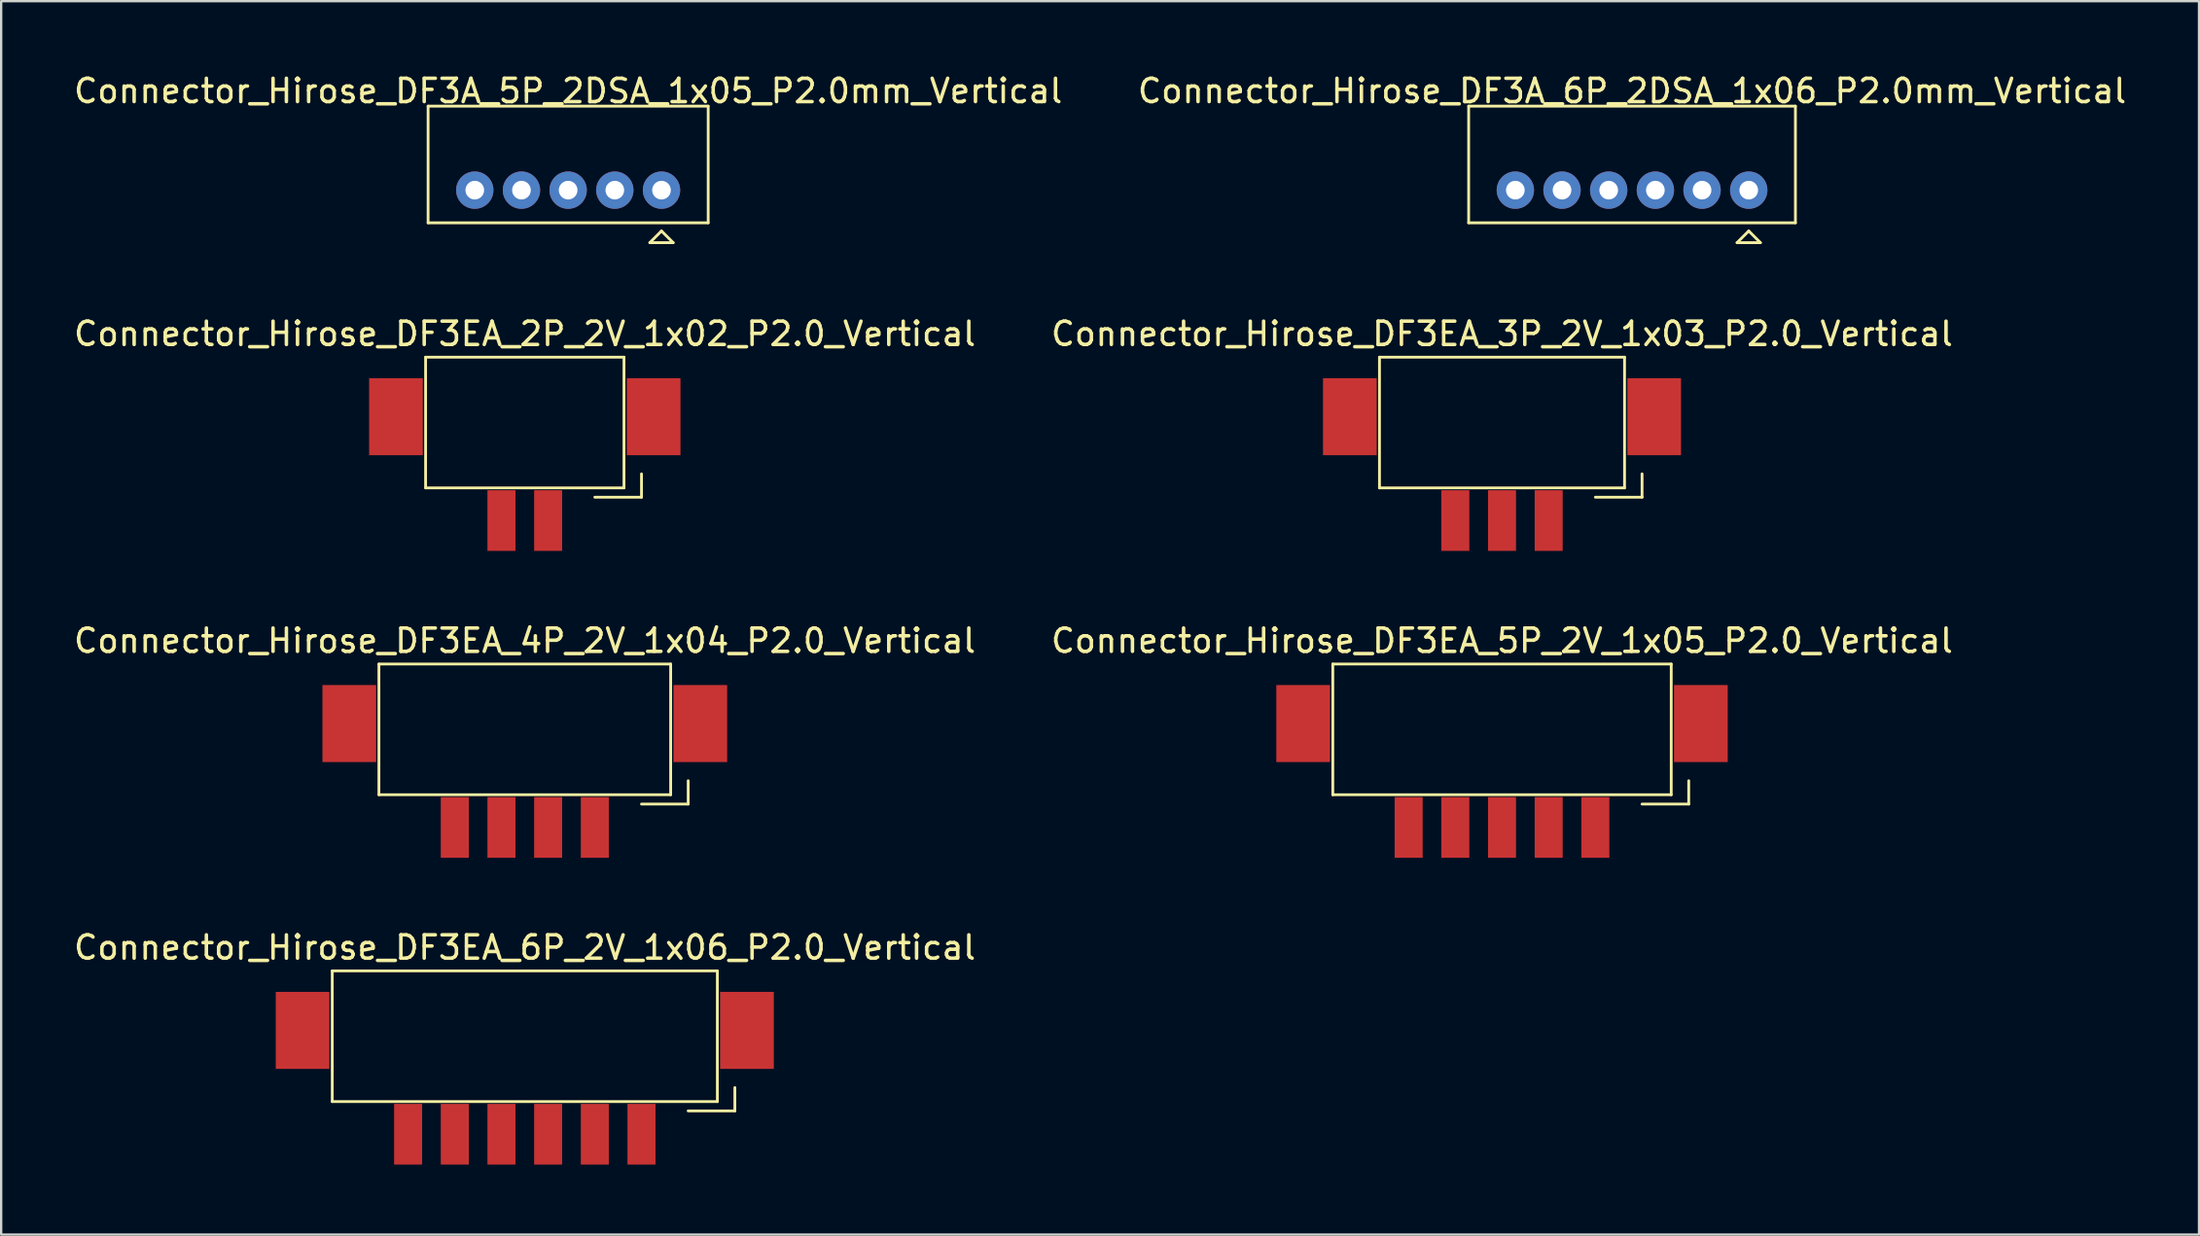
<source format=kicad_pcb>
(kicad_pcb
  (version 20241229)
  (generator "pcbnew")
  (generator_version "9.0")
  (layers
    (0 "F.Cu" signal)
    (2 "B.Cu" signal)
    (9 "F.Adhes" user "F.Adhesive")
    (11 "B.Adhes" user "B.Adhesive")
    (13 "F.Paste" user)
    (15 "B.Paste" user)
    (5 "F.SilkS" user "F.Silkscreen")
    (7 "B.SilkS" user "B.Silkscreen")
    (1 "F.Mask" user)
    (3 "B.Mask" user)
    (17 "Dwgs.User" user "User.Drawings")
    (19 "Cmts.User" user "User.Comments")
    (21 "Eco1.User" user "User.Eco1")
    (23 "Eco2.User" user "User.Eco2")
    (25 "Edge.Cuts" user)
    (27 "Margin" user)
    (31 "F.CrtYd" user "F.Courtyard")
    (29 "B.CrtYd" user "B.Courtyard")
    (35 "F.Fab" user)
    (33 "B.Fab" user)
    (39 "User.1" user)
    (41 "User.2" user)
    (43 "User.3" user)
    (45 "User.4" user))
  (footprint "Connector_Hirose_DF3EA_6P_2V_1x06_P2.0_Vertical"
    (layer "F.Cu")
    (at 19.435 45.553)
    (property "Reference" "Connector_Hirose_DF3EA_6P_2V_1x06_P2.0_Vertical" (at 0 -8 0) (layer "F.SilkS") (effects (font (size 1 1) (thickness 0.15))))
    (attr through_hole)
    (fp_line (start -8.25 -7) (end -8.25 -1.4) (stroke (width 0.12) (type solid)) (layer "F.SilkS"))
    (fp_line (start -8.25 -7) (end 8.25 -7) (stroke (width 0.12) (type solid)) (layer "F.SilkS"))
    (fp_line (start -8.25 -1.4) (end 8.25 -1.4) (stroke (width 0.12) (type solid)) (layer "F.SilkS"))
    (fp_line (start 7 -1) (end 9 -1) (stroke (width 0.12) (type solid)) (layer "F.SilkS"))
    (fp_line (start 8.25 -7) (end 8.25 -1.4) (stroke (width 0.12) (type solid)) (layer "F.SilkS"))
    (fp_line (start 9 -1) (end 9 -2) (stroke (width 0.12) (type solid)) (layer "F.SilkS"))
    (pad "1" smd rect (at 5 0) (size 1.2 2.6) (layers "F.Cu" "F.Mask" "F.Paste"))
    (pad "2" smd rect (at 3 0) (size 1.2 2.6) (layers "F.Cu" "F.Mask" "F.Paste"))
    (pad "3" smd rect (at 1 0) (size 1.2 2.6) (layers "F.Cu" "F.Mask" "F.Paste"))
    (pad "4" smd rect (at -1 0) (size 1.2 2.6) (layers "F.Cu" "F.Mask" "F.Paste"))
    (pad "5" smd rect (at -3 0) (size 1.2 2.6) (layers "F.Cu" "F.Mask" "F.Paste"))
    (pad "6" smd rect (at -5 0) (size 1.2 2.6) (layers "F.Cu" "F.Mask" "F.Paste"))
    (pad "MP" smd rect (at -9.52 -4.45) (size 2.3 3.3) (layers "F.Cu" "F.Mask" "F.Paste"))
    (pad "MP" smd rect (at 9.52 -4.45) (size 2.3 3.3) (layers "F.Cu" "F.Mask" "F.Paste")))
  (footprint "Connector_Hirose_DF3EA_2P_2V_1x02_P2.0_Vertical"
    (layer "F.Cu")
    (at 19.435 19.256)
    (property "Reference" "Connector_Hirose_DF3EA_2P_2V_1x02_P2.0_Vertical" (at 0 -8 0) (layer "F.SilkS") (effects (font (size 1 1) (thickness 0.15))))
    (attr through_hole)
    (fp_line (start -4.25 -7) (end -4.25 -1.4) (stroke (width 0.12) (type solid)) (layer "F.SilkS"))
    (fp_line (start -4.25 -7) (end 4.25 -7) (stroke (width 0.12) (type solid)) (layer "F.SilkS"))
    (fp_line (start -4.25 -1.4) (end 4.25 -1.4) (stroke (width 0.12) (type solid)) (layer "F.SilkS"))
    (fp_line (start 3 -1) (end 5 -1) (stroke (width 0.12) (type solid)) (layer "F.SilkS"))
    (fp_line (start 4.25 -7) (end 4.25 -1.4) (stroke (width 0.12) (type solid)) (layer "F.SilkS"))
    (fp_line (start 5 -1) (end 5 -2) (stroke (width 0.12) (type solid)) (layer "F.SilkS"))
    (pad "1" smd rect (at 1 0) (size 1.2 2.6) (layers "F.Cu" "F.Mask" "F.Paste"))
    (pad "2" smd rect (at -1 0) (size 1.2 2.6) (layers "F.Cu" "F.Mask" "F.Paste"))
    (pad "MP" smd rect (at -5.52 -4.45) (size 2.3 3.3) (layers "F.Cu" "F.Mask" "F.Paste"))
    (pad "MP" smd rect (at 5.52 -4.45) (size 2.3 3.3) (layers "F.Cu" "F.Mask" "F.Paste")))
  (footprint "Connector_Hirose_DF3EA_3P_2V_1x03_P2.0_Vertical"
    (layer "F.Cu")
    (at 61.304 19.256)
    (property "Reference" "Connector_Hirose_DF3EA_3P_2V_1x03_P2.0_Vertical" (at 0 -8 0) (layer "F.SilkS") (effects (font (size 1 1) (thickness 0.15))))
    (attr through_hole)
    (fp_line (start -5.25 -7) (end -5.25 -1.4) (stroke (width 0.12) (type solid)) (layer "F.SilkS"))
    (fp_line (start -5.25 -7) (end 5.25 -7) (stroke (width 0.12) (type solid)) (layer "F.SilkS"))
    (fp_line (start -5.25 -1.4) (end 5.25 -1.4) (stroke (width 0.12) (type solid)) (layer "F.SilkS"))
    (fp_line (start 4 -1) (end 6 -1) (stroke (width 0.12) (type solid)) (layer "F.SilkS"))
    (fp_line (start 5.25 -7) (end 5.25 -1.4) (stroke (width 0.12) (type solid)) (layer "F.SilkS"))
    (fp_line (start 6 -1) (end 6 -2) (stroke (width 0.12) (type solid)) (layer "F.SilkS"))
    (pad "1" smd rect (at 2 0) (size 1.2 2.6) (layers "F.Cu" "F.Mask" "F.Paste"))
    (pad "2" smd rect (at 0 0) (size 1.2 2.6) (layers "F.Cu" "F.Mask" "F.Paste"))
    (pad "3" smd rect (at -2 0) (size 1.2 2.6) (layers "F.Cu" "F.Mask" "F.Paste"))
    (pad "MP" smd rect (at -6.52 -4.45) (size 2.3 3.3) (layers "F.Cu" "F.Mask" "F.Paste"))
    (pad "MP" smd rect (at 6.52 -4.45) (size 2.3 3.3) (layers "F.Cu" "F.Mask" "F.Paste")))
  (footprint "Connector_Hirose_DF3EA_5P_2V_1x05_P2.0_Vertical"
    (layer "F.Cu")
    (at 61.304 32.405)
    (property "Reference" "Connector_Hirose_DF3EA_5P_2V_1x05_P2.0_Vertical" (at 0 -8 0) (layer "F.SilkS") (effects (font (size 1 1) (thickness 0.15))))
    (attr through_hole)
    (fp_line (start -7.25 -7) (end -7.25 -1.4) (stroke (width 0.12) (type solid)) (layer "F.SilkS"))
    (fp_line (start -7.25 -7) (end 7.25 -7) (stroke (width 0.12) (type solid)) (layer "F.SilkS"))
    (fp_line (start -7.25 -1.4) (end 7.25 -1.4) (stroke (width 0.12) (type solid)) (layer "F.SilkS"))
    (fp_line (start 6 -1) (end 8 -1) (stroke (width 0.12) (type solid)) (layer "F.SilkS"))
    (fp_line (start 7.25 -7) (end 7.25 -1.4) (stroke (width 0.12) (type solid)) (layer "F.SilkS"))
    (fp_line (start 8 -1) (end 8 -2) (stroke (width 0.12) (type solid)) (layer "F.SilkS"))
    (pad "1" smd rect (at 4 0) (size 1.2 2.6) (layers "F.Cu" "F.Mask" "F.Paste"))
    (pad "2" smd rect (at 2 0) (size 1.2 2.6) (layers "F.Cu" "F.Mask" "F.Paste"))
    (pad "3" smd rect (at 0 0) (size 1.2 2.6) (layers "F.Cu" "F.Mask" "F.Paste"))
    (pad "4" smd rect (at -2 0) (size 1.2 2.6) (layers "F.Cu" "F.Mask" "F.Paste"))
    (pad "5" smd rect (at -4 0) (size 1.2 2.6) (layers "F.Cu" "F.Mask" "F.Paste"))
    (pad "MP" smd rect (at -8.52 -4.45) (size 2.3 3.3) (layers "F.Cu" "F.Mask" "F.Paste"))
    (pad "MP" smd rect (at 8.52 -4.45) (size 2.3 3.3) (layers "F.Cu" "F.Mask" "F.Paste")))
  (footprint "Connector_Hirose_DF3EA_4P_2V_1x04_P2.0_Vertical"
    (layer "F.Cu")
    (at 19.435 32.405)
    (property "Reference" "Connector_Hirose_DF3EA_4P_2V_1x04_P2.0_Vertical" (at 0 -8 0) (layer "F.SilkS") (effects (font (size 1 1) (thickness 0.15))))
    (attr through_hole)
    (fp_line (start -6.25 -7) (end -6.25 -1.4) (stroke (width 0.12) (type solid)) (layer "F.SilkS"))
    (fp_line (start -6.25 -7) (end 6.25 -7) (stroke (width 0.12) (type solid)) (layer "F.SilkS"))
    (fp_line (start -6.25 -1.4) (end 6.25 -1.4) (stroke (width 0.12) (type solid)) (layer "F.SilkS"))
    (fp_line (start 5 -1) (end 7 -1) (stroke (width 0.12) (type solid)) (layer "F.SilkS"))
    (fp_line (start 6.25 -7) (end 6.25 -1.4) (stroke (width 0.12) (type solid)) (layer "F.SilkS"))
    (fp_line (start 7 -1) (end 7 -2) (stroke (width 0.12) (type solid)) (layer "F.SilkS"))
    (pad "1" smd rect (at 3 0) (size 1.2 2.6) (layers "F.Cu" "F.Mask" "F.Paste"))
    (pad "2" smd rect (at 1 0) (size 1.2 2.6) (layers "F.Cu" "F.Mask" "F.Paste"))
    (pad "3" smd rect (at -1 0) (size 1.2 2.6) (layers "F.Cu" "F.Mask" "F.Paste"))
    (pad "4" smd rect (at -3 0) (size 1.2 2.6) (layers "F.Cu" "F.Mask" "F.Paste"))
    (pad "MP" smd rect (at -7.52 -4.45) (size 2.3 3.3) (layers "F.Cu" "F.Mask" "F.Paste"))
    (pad "MP" smd rect (at 7.52 -4.45) (size 2.3 3.3) (layers "F.Cu" "F.Mask" "F.Paste")))
  (footprint "Connector_Hirose_DF3A_5P_2DSA_1x05_P2.0mm_Vertical"
    (layer "F.Cu")
    (at 21.292 5.098)
    (property "Reference" "Connector_Hirose_DF3A_5P_2DSA_1x05_P2.0mm_Vertical" (at 0 -4.25 0) (layer "F.SilkS") (effects (font (size 1 1) (thickness 0.15))))
    (attr through_hole)
    (fp_line (start -6 -3.6) (end -6 1.4) (stroke (width 0.12) (type solid)) (layer "F.SilkS"))
    (fp_line (start -6 -3.6) (end 6 -3.6) (stroke (width 0.12) (type solid)) (layer "F.SilkS"))
    (fp_line (start -6 1.4) (end 6 1.4) (stroke (width 0.12) (type solid)) (layer "F.SilkS"))
    (fp_line (start 3.5 2.25) (end 4.5 2.25) (stroke (width 0.12) (type solid)) (layer "F.SilkS"))
    (fp_line (start 4 1.75) (end 3.5 2.25) (stroke (width 0.12) (type solid)) (layer "F.SilkS"))
    (fp_line (start 4.5 2.25) (end 4 1.75) (stroke (width 0.12) (type solid)) (layer "F.SilkS"))
    (fp_line (start 6 -3.6) (end 6 1.4) (stroke (width 0.12) (type solid)) (layer "F.SilkS"))
    (pad "1" thru_hole circle (at 4 0) (size 1.6 1.6) (drill 0.8) (layers "*.Cu" "*.Mask"))
    (pad "2" thru_hole circle (at 2 0) (size 1.6 1.6) (drill 0.8) (layers "*.Cu" "*.Mask"))
    (pad "3" thru_hole circle (at 0 0) (size 1.6 1.6) (drill 0.8) (layers "*.Cu" "*.Mask"))
    (pad "4" thru_hole circle (at -2 0) (size 1.6 1.6) (drill 0.8) (layers "*.Cu" "*.Mask"))
    (pad "5" thru_hole circle (at -4 0) (size 1.6 1.6) (drill 0.8) (layers "*.Cu" "*.Mask")))
  (footprint "Connector_Hirose_DF3A_6P_2DSA_1x06_P2.0mm_Vertical"
    (layer "F.Cu")
    (at 66.875 5.098)
    (property "Reference" "Connector_Hirose_DF3A_6P_2DSA_1x06_P2.0mm_Vertical" (at 0 -4.25 0) (layer "F.SilkS") (effects (font (size 1 1) (thickness 0.15))))
    (attr through_hole)
    (fp_line (start -7 -3.6) (end -7 1.4) (stroke (width 0.12) (type solid)) (layer "F.SilkS"))
    (fp_line (start -7 -3.6) (end 7 -3.6) (stroke (width 0.12) (type solid)) (layer "F.SilkS"))
    (fp_line (start -7 1.4) (end 7 1.4) (stroke (width 0.12) (type solid)) (layer "F.SilkS"))
    (fp_line (start 4.5 2.25) (end 5.5 2.25) (stroke (width 0.12) (type solid)) (layer "F.SilkS"))
    (fp_line (start 5 1.75) (end 4.5 2.25) (stroke (width 0.12) (type solid)) (layer "F.SilkS"))
    (fp_line (start 5.5 2.25) (end 5 1.75) (stroke (width 0.12) (type solid)) (layer "F.SilkS"))
    (fp_line (start 7 -3.6) (end 7 1.4) (stroke (width 0.12) (type solid)) (layer "F.SilkS"))
    (pad "1" thru_hole circle (at 5 0) (size 1.6 1.6) (drill 0.8) (layers "*.Cu" "*.Mask"))
    (pad "2" thru_hole circle (at 3 0) (size 1.6 1.6) (drill 0.8) (layers "*.Cu" "*.Mask"))
    (pad "3" thru_hole circle (at 1 0) (size 1.6 1.6) (drill 0.8) (layers "*.Cu" "*.Mask"))
    (pad "4" thru_hole circle (at -1 0) (size 1.6 1.6) (drill 0.8) (layers "*.Cu" "*.Mask"))
    (pad "5" thru_hole circle (at -3 0) (size 1.6 1.6) (drill 0.8) (layers "*.Cu" "*.Mask"))
    (pad "6" thru_hole circle (at -5 0) (size 1.6 1.6) (drill 0.8) (layers "*.Cu" "*.Mask")))
  (gr_rect
    (start -3 -3)
    (end 91.167 49.853)
    (stroke (width 0.1) (type default))
    (fill no)
    (layer "Edge.Cuts")))
</source>
